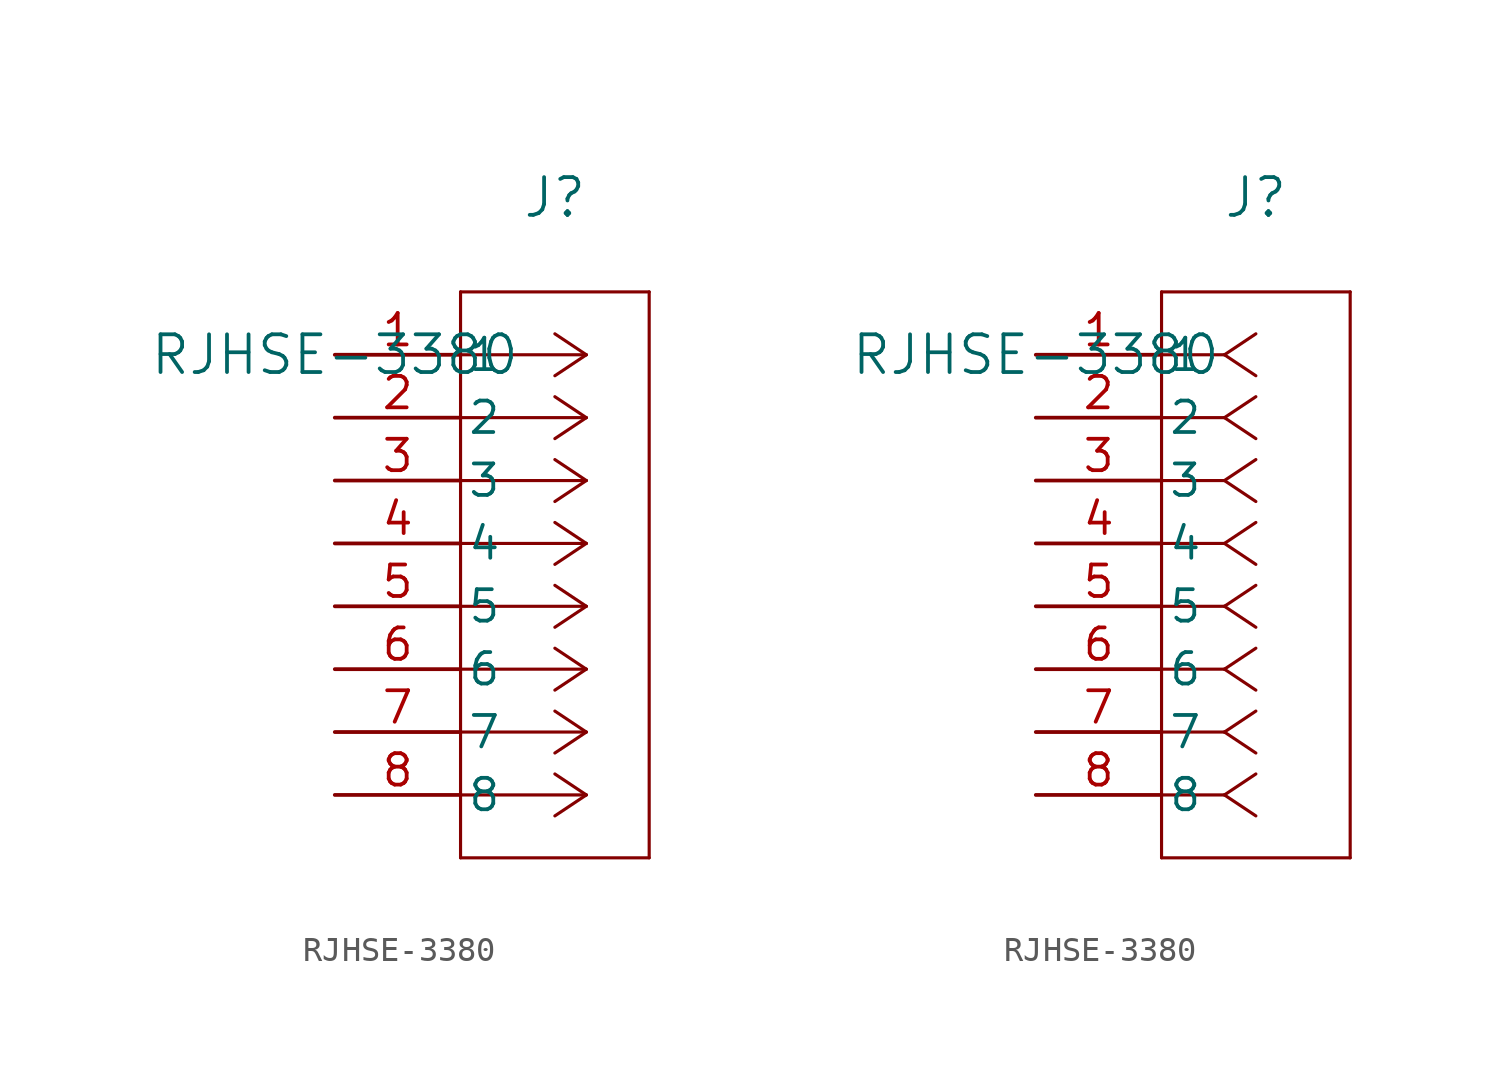
<source format=kicad_sym>
(kicad_symbol_lib
  (version 20211014)
  (generator kicad_symbol_editor)
  (symbol "RJHSE-3380"
    (pin_names
      (offset 0.254))
    (property "Reference" "J"
      (at 8.89 6.35 0)
      (effects (font (size 1.524 1.524))))
    (property "Value" "RJHSE-3380"
      (at 0 0 0)
      (effects (font (size 1.524 1.524))))
    (symbol "RJHSE-3380_1_1"
      (polyline (pts (xy 10.16 0) (xy 5.08 0)) (stroke (width 0.127) (type default) (color 0 0 0 0)) (fill (type none)))
      (polyline (pts (xy 10.16 -2.54) (xy 5.08 -2.54)) (stroke (width 0.127) (type default) (color 0 0 0 0)) (fill (type none)))
      (polyline (pts (xy 10.16 -5.08) (xy 5.08 -5.08)) (stroke (width 0.127) (type default) (color 0 0 0 0)) (fill (type none)))
      (polyline (pts (xy 10.16 -7.62) (xy 5.08 -7.62)) (stroke (width 0.127) (type default) (color 0 0 0 0)) (fill (type none)))
      (polyline (pts (xy 10.16 -10.16) (xy 5.08 -10.16)) (stroke (width 0.127) (type default) (color 0 0 0 0)) (fill (type none)))
      (polyline (pts (xy 10.16 -12.7) (xy 5.08 -12.7)) (stroke (width 0.127) (type default) (color 0 0 0 0)) (fill (type none)))
      (polyline (pts (xy 10.16 -15.24) (xy 5.08 -15.24)) (stroke (width 0.127) (type default) (color 0 0 0 0)) (fill (type none)))
      (polyline (pts (xy 10.16 -17.78) (xy 5.08 -17.78)) (stroke (width 0.127) (type default) (color 0 0 0 0)) (fill (type none)))
      (polyline (pts (xy 10.16 0) (xy 8.89 0.847)) (stroke (width 0.127) (type default) (color 0 0 0 0)) (fill (type none)))
      (polyline (pts (xy 10.16 -2.54) (xy 8.89 -1.693)) (stroke (width 0.127) (type default) (color 0 0 0 0)) (fill (type none)))
      (polyline (pts (xy 10.16 -5.08) (xy 8.89 -4.233)) (stroke (width 0.127) (type default) (color 0 0 0 0)) (fill (type none)))
      (polyline (pts (xy 10.16 -7.62) (xy 8.89 -6.773)) (stroke (width 0.127) (type default) (color 0 0 0 0)) (fill (type none)))
      (polyline (pts (xy 10.16 -10.16) (xy 8.89 -9.313)) (stroke (width 0.127) (type default) (color 0 0 0 0)) (fill (type none)))
      (polyline (pts (xy 10.16 -12.7) (xy 8.89 -11.853)) (stroke (width 0.127) (type default) (color 0 0 0 0)) (fill (type none)))
      (polyline (pts (xy 10.16 -15.24) (xy 8.89 -14.393)) (stroke (width 0.127) (type default) (color 0 0 0 0)) (fill (type none)))
      (polyline (pts (xy 10.16 -17.78) (xy 8.89 -16.933)) (stroke (width 0.127) (type default) (color 0 0 0 0)) (fill (type none)))
      (polyline (pts (xy 10.16 0) (xy 8.89 -0.847)) (stroke (width 0.127) (type default) (color 0 0 0 0)) (fill (type none)))
      (polyline (pts (xy 10.16 -2.54) (xy 8.89 -3.387)) (stroke (width 0.127) (type default) (color 0 0 0 0)) (fill (type none)))
      (polyline (pts (xy 10.16 -5.08) (xy 8.89 -5.927)) (stroke (width 0.127) (type default) (color 0 0 0 0)) (fill (type none)))
      (polyline (pts (xy 10.16 -7.62) (xy 8.89 -8.467)) (stroke (width 0.127) (type default) (color 0 0 0 0)) (fill (type none)))
      (polyline (pts (xy 10.16 -10.16) (xy 8.89 -11.007)) (stroke (width 0.127) (type default) (color 0 0 0 0)) (fill (type none)))
      (polyline (pts (xy 10.16 -12.7) (xy 8.89 -13.547)) (stroke (width 0.127) (type default) (color 0 0 0 0)) (fill (type none)))
      (polyline (pts (xy 10.16 -15.24) (xy 8.89 -16.087)) (stroke (width 0.127) (type default) (color 0 0 0 0)) (fill (type none)))
      (polyline (pts (xy 10.16 -17.78) (xy 8.89 -18.627)) (stroke (width 0.127) (type default) (color 0 0 0 0)) (fill (type none)))
      (polyline (pts (xy 5.08 2.54) (xy 5.08 -20.32)) (stroke (width 0.127) (type default) (color 0 0 0 0)) (fill (type none)))
      (polyline (pts (xy 5.08 -20.32) (xy 12.7 -20.32)) (stroke (width 0.127) (type default) (color 0 0 0 0)) (fill (type none)))
      (polyline (pts (xy 12.7 -20.32) (xy 12.7 2.54)) (stroke (width 0.127) (type default) (color 0 0 0 0)) (fill (type none)))
      (polyline (pts (xy 12.7 2.54) (xy 5.08 2.54)) (stroke (width 0.127) (type default) (color 0 0 0 0)) (fill (type none)))
      (pin unspecified line (at 0 0 0) (length 5.08) (name "1" (effects (font (size 1.27 1.27)))) (number "1" (effects (font (size 1.27 1.27)))))
      (pin unspecified line (at 0 -2.54 0) (length 5.08) (name "2" (effects (font (size 1.27 1.27)))) (number "2" (effects (font (size 1.27 1.27)))))
      (pin unspecified line (at 0 -5.08 0) (length 5.08) (name "3" (effects (font (size 1.27 1.27)))) (number "3" (effects (font (size 1.27 1.27)))))
      (pin unspecified line (at 0 -7.62 0) (length 5.08) (name "4" (effects (font (size 1.27 1.27)))) (number "4" (effects (font (size 1.27 1.27)))))
      (pin unspecified line (at 0 -10.16 0) (length 5.08) (name "5" (effects (font (size 1.27 1.27)))) (number "5" (effects (font (size 1.27 1.27)))))
      (pin unspecified line (at 0 -12.7 0) (length 5.08) (name "6" (effects (font (size 1.27 1.27)))) (number "6" (effects (font (size 1.27 1.27)))))
      (pin unspecified line (at 0 -15.24 0) (length 5.08) (name "7" (effects (font (size 1.27 1.27)))) (number "7" (effects (font (size 1.27 1.27)))))
      (pin unspecified line (at 0 -17.78 0) (length 5.08) (name "8" (effects (font (size 1.27 1.27)))) (number "8" (effects (font (size 1.27 1.27))))))
    (symbol "RJHSE-3380_1_2"
      (polyline (pts (xy 7.62 0) (xy 5.08 0)) (stroke (width 0.127) (type default) (color 0 0 0 0)) (fill (type none)))
      (polyline (pts (xy 7.62 -2.54) (xy 5.08 -2.54)) (stroke (width 0.127) (type default) (color 0 0 0 0)) (fill (type none)))
      (polyline (pts (xy 7.62 -5.08) (xy 5.08 -5.08)) (stroke (width 0.127) (type default) (color 0 0 0 0)) (fill (type none)))
      (polyline (pts (xy 7.62 -7.62) (xy 5.08 -7.62)) (stroke (width 0.127) (type default) (color 0 0 0 0)) (fill (type none)))
      (polyline (pts (xy 7.62 -10.16) (xy 5.08 -10.16)) (stroke (width 0.127) (type default) (color 0 0 0 0)) (fill (type none)))
      (polyline (pts (xy 7.62 -12.7) (xy 5.08 -12.7)) (stroke (width 0.127) (type default) (color 0 0 0 0)) (fill (type none)))
      (polyline (pts (xy 7.62 -15.24) (xy 5.08 -15.24)) (stroke (width 0.127) (type default) (color 0 0 0 0)) (fill (type none)))
      (polyline (pts (xy 7.62 -17.78) (xy 5.08 -17.78)) (stroke (width 0.127) (type default) (color 0 0 0 0)) (fill (type none)))
      (polyline (pts (xy 7.62 0) (xy 8.89 0.847)) (stroke (width 0.127) (type default) (color 0 0 0 0)) (fill (type none)))
      (polyline (pts (xy 7.62 -2.54) (xy 8.89 -1.693)) (stroke (width 0.127) (type default) (color 0 0 0 0)) (fill (type none)))
      (polyline (pts (xy 7.62 -5.08) (xy 8.89 -4.233)) (stroke (width 0.127) (type default) (color 0 0 0 0)) (fill (type none)))
      (polyline (pts (xy 7.62 -7.62) (xy 8.89 -6.773)) (stroke (width 0.127) (type default) (color 0 0 0 0)) (fill (type none)))
      (polyline (pts (xy 7.62 -10.16) (xy 8.89 -9.313)) (stroke (width 0.127) (type default) (color 0 0 0 0)) (fill (type none)))
      (polyline (pts (xy 7.62 -12.7) (xy 8.89 -11.853)) (stroke (width 0.127) (type default) (color 0 0 0 0)) (fill (type none)))
      (polyline (pts (xy 7.62 -15.24) (xy 8.89 -14.393)) (stroke (width 0.127) (type default) (color 0 0 0 0)) (fill (type none)))
      (polyline (pts (xy 7.62 -17.78) (xy 8.89 -16.933)) (stroke (width 0.127) (type default) (color 0 0 0 0)) (fill (type none)))
      (polyline (pts (xy 7.62 0) (xy 8.89 -0.847)) (stroke (width 0.127) (type default) (color 0 0 0 0)) (fill (type none)))
      (polyline (pts (xy 7.62 -2.54) (xy 8.89 -3.387)) (stroke (width 0.127) (type default) (color 0 0 0 0)) (fill (type none)))
      (polyline (pts (xy 7.62 -5.08) (xy 8.89 -5.927)) (stroke (width 0.127) (type default) (color 0 0 0 0)) (fill (type none)))
      (polyline (pts (xy 7.62 -7.62) (xy 8.89 -8.467)) (stroke (width 0.127) (type default) (color 0 0 0 0)) (fill (type none)))
      (polyline (pts (xy 7.62 -10.16) (xy 8.89 -11.007)) (stroke (width 0.127) (type default) (color 0 0 0 0)) (fill (type none)))
      (polyline (pts (xy 7.62 -12.7) (xy 8.89 -13.547)) (stroke (width 0.127) (type default) (color 0 0 0 0)) (fill (type none)))
      (polyline (pts (xy 7.62 -15.24) (xy 8.89 -16.087)) (stroke (width 0.127) (type default) (color 0 0 0 0)) (fill (type none)))
      (polyline (pts (xy 7.62 -17.78) (xy 8.89 -18.627)) (stroke (width 0.127) (type default) (color 0 0 0 0)) (fill (type none)))
      (polyline (pts (xy 5.08 2.54) (xy 5.08 -20.32)) (stroke (width 0.127) (type default) (color 0 0 0 0)) (fill (type none)))
      (polyline (pts (xy 5.08 -20.32) (xy 12.7 -20.32)) (stroke (width 0.127) (type default) (color 0 0 0 0)) (fill (type none)))
      (polyline (pts (xy 12.7 -20.32) (xy 12.7 2.54)) (stroke (width 0.127) (type default) (color 0 0 0 0)) (fill (type none)))
      (polyline (pts (xy 12.7 2.54) (xy 5.08 2.54)) (stroke (width 0.127) (type default) (color 0 0 0 0)) (fill (type none)))
      (pin unspecified line (at 0 0 0) (length 5.08) (name "1" (effects (font (size 1.27 1.27)))) (number "1" (effects (font (size 1.27 1.27)))))
      (pin unspecified line (at 0 -2.54 0) (length 5.08) (name "2" (effects (font (size 1.27 1.27)))) (number "2" (effects (font (size 1.27 1.27)))))
      (pin unspecified line (at 0 -5.08 0) (length 5.08) (name "3" (effects (font (size 1.27 1.27)))) (number "3" (effects (font (size 1.27 1.27)))))
      (pin unspecified line (at 0 -7.62 0) (length 5.08) (name "4" (effects (font (size 1.27 1.27)))) (number "4" (effects (font (size 1.27 1.27)))))
      (pin unspecified line (at 0 -10.16 0) (length 5.08) (name "5" (effects (font (size 1.27 1.27)))) (number "5" (effects (font (size 1.27 1.27)))))
      (pin unspecified line (at 0 -12.7 0) (length 5.08) (name "6" (effects (font (size 1.27 1.27)))) (number "6" (effects (font (size 1.27 1.27)))))
      (pin unspecified line (at 0 -15.24 0) (length 5.08) (name "7" (effects (font (size 1.27 1.27)))) (number "7" (effects (font (size 1.27 1.27)))))
      (pin unspecified line (at 0 -17.78 0) (length 5.08) (name "8" (effects (font (size 1.27 1.27)))) (number "8" (effects (font (size 1.27 1.27))))))))
</source>
